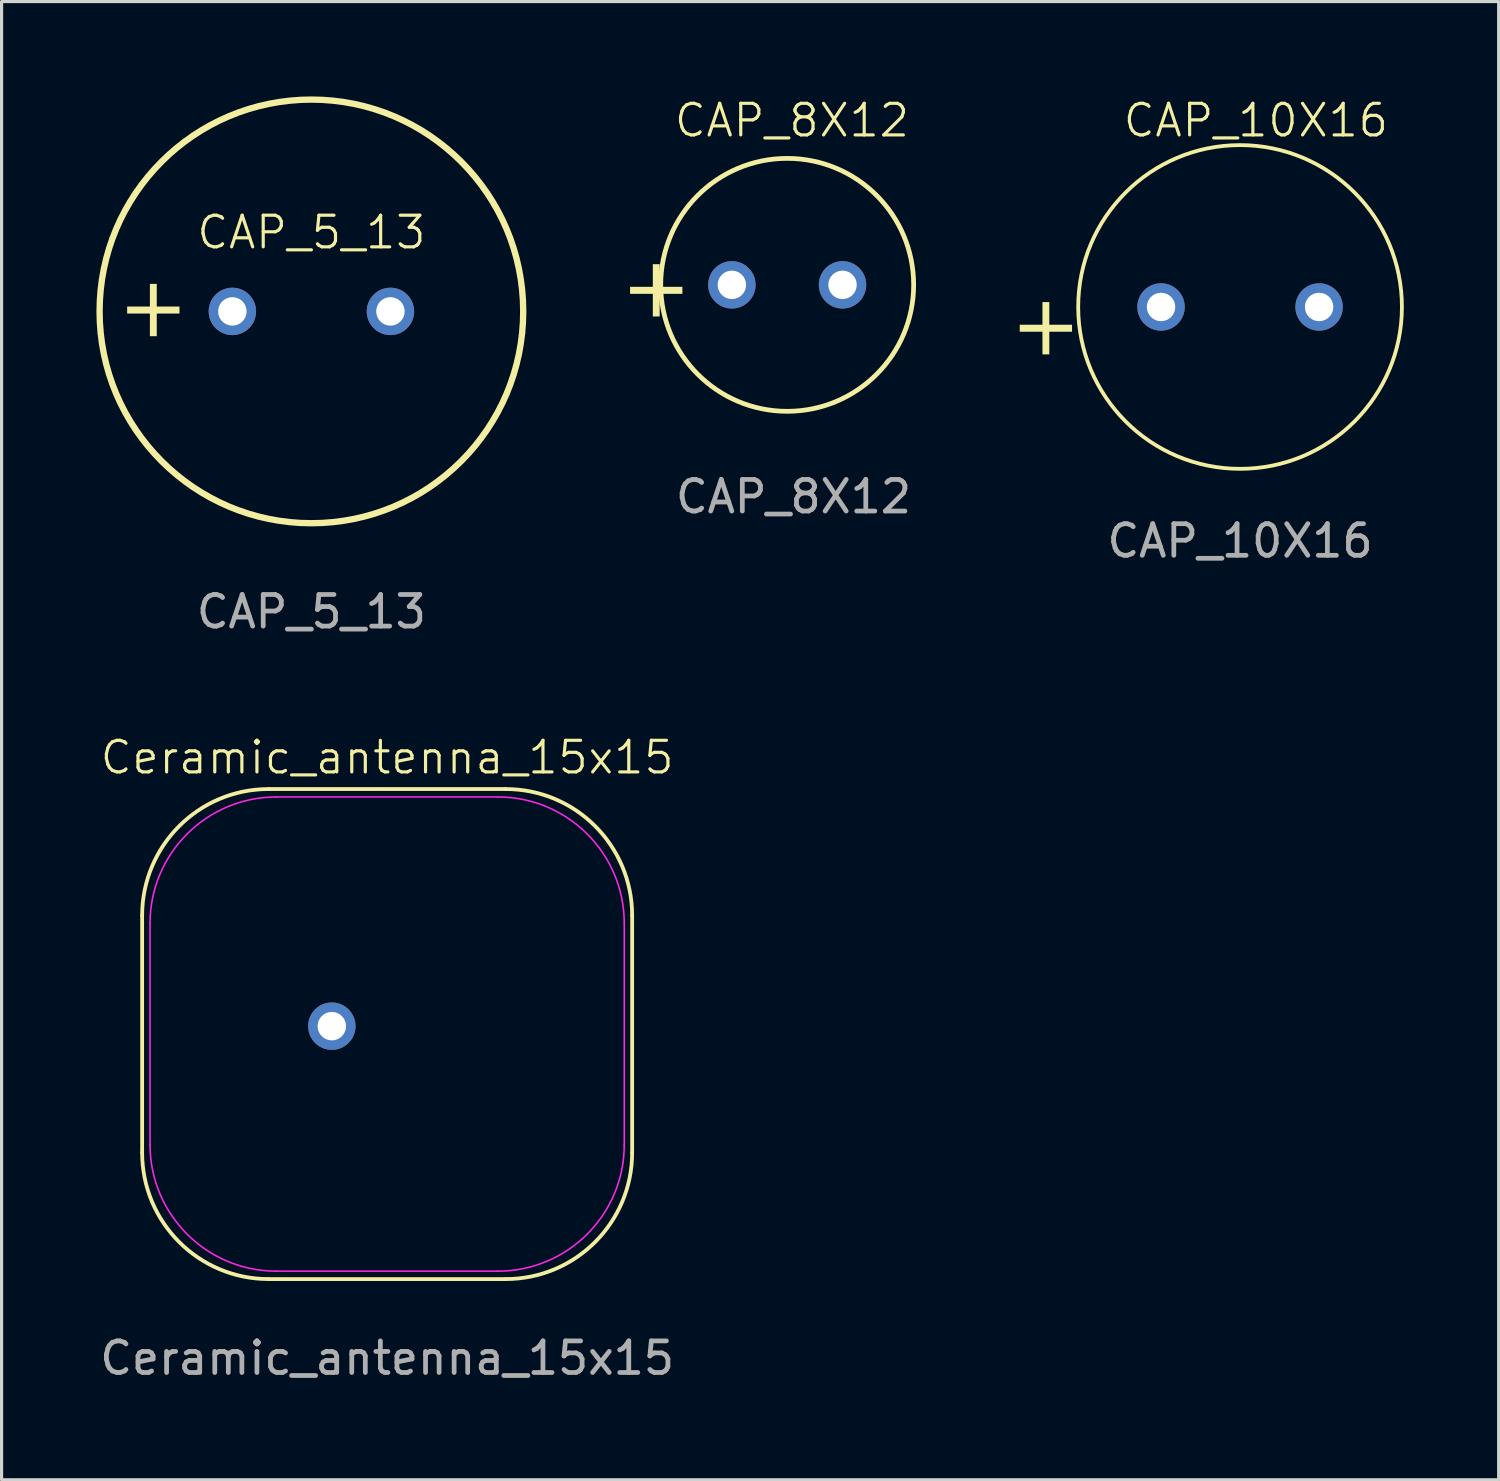
<source format=kicad_pcb>
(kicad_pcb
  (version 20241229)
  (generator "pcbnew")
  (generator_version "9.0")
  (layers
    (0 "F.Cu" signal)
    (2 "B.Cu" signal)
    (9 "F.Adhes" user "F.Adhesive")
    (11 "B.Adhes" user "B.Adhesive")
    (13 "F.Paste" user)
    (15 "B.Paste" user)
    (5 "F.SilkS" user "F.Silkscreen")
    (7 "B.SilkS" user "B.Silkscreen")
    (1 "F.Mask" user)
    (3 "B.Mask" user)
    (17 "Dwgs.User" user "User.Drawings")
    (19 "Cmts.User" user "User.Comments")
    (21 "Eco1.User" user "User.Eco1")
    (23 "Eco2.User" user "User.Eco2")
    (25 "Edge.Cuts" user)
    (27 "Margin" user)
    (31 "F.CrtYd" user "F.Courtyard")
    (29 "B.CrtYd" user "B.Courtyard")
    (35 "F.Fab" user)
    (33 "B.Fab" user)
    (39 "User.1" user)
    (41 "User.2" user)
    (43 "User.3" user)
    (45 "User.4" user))
  (footprint "Ceramic_antenna_15x15"
    (layer "F.Cu")
    (at 7.446 29.409)
    (property "Reference" "Ceramic_antenna_15x15" (at 1.75 -8.5 0) (unlocked yes) (layer "F.SilkS") (effects (font (size 1 1) (thickness 0.1))))
    (fp_line (start -6 4) (end -6 -3.5) (stroke (width 0.12) (type default)) (layer "F.SilkS"))
    (fp_line (start -2 -7.5) (end 5.5 -7.5) (stroke (width 0.12) (type default)) (layer "F.SilkS"))
    (fp_line (start 5.5 8) (end -2 8) (stroke (width 0.12) (type default)) (layer "F.SilkS"))
    (fp_line (start 9.5 -3.5) (end 9.5 4) (stroke (width 0.12) (type default)) (layer "F.SilkS"))
    (fp_arc (start -6 -3.5) (mid -4.828427 -6.328427) (end -2 -7.5) (stroke (width 0.12) (type default)) (layer "F.SilkS"))
    (fp_arc (start -2 8) (mid -4.828427 6.828427) (end -6 4) (stroke (width 0.12) (type default)) (layer "F.SilkS"))
    (fp_arc (start 5.5 -7.5) (mid 8.328427 -6.328427) (end 9.5 -3.5) (stroke (width 0.12) (type default)) (layer "F.SilkS"))
    (fp_arc (start 9.5 4) (mid 8.328427 6.828427) (end 5.5 8) (stroke (width 0.12) (type default)) (layer "F.SilkS"))
    (fp_line (start -5.75 3.75) (end -5.75 -3.25) (stroke (width 0.05) (type default)) (layer "F.CrtYd"))
    (fp_line (start -1.75 -7.25) (end 5.25 -7.25) (stroke (width 0.05) (type default)) (layer "F.CrtYd"))
    (fp_line (start 5.25 7.75) (end -1.75 7.75) (stroke (width 0.05) (type default)) (layer "F.CrtYd"))
    (fp_line (start 9.25 -3.25) (end 9.25 3.75) (stroke (width 0.05) (type default)) (layer "F.CrtYd"))
    (fp_arc (start -5.75 -3.25) (mid -4.578427 -6.078427) (end -1.75 -7.25) (stroke (width 0.05) (type default)) (layer "F.CrtYd"))
    (fp_arc (start -1.75 7.75) (mid -4.578427 6.578427) (end -5.75 3.75) (stroke (width 0.05) (type default)) (layer "F.CrtYd"))
    (fp_arc (start 5.25 -7.25) (mid 8.078427 -6.078427) (end 9.25 -3.25) (stroke (width 0.05) (type default)) (layer "F.CrtYd"))
    (fp_arc (start 9.25 3.75) (mid 8.078427 6.578427) (end 5.25 7.75) (stroke (width 0.05) (type default)) (layer "F.CrtYd"))
    (fp_text user "${REFERENCE}" (at 1.75 10.5 0) (unlocked yes) (layer "F.Fab") (effects (font (size 1 1) (thickness 0.15))))
    (pad "1" thru_hole circle (at 0 0) (size 1.5 1.5) (drill 0.9) (layers "*.Cu" "*.Mask") (padstack (mode front_inner_back) (layer "Inner" (shape circle) (size 0 0)) (layer "B.Cu" (shape circle) (size 1.5 1.5)))))
  (footprint "CAP_10X16"
    (layer "F.Cu")
    (at 33.675 6.66)
    (property "Reference" "CAP_10X16" (at 3 -5.9 0) (unlocked yes) (layer "F.SilkS") (effects (font (size 1 1) (thickness 0.1))))
    (fp_circle (center 2.5 0) (end 7.62 0) (stroke (width 0.12) (type solid)) (fill no) (layer "F.SilkS"))
    (fp_circle (center 2.5 0) (end 2.5 -5) (stroke (width 0.01) (type solid)) (fill no) (layer "User.1"))
    (fp_text user "+" (at -4.75 1.821 0) (unlocked yes) (layer "F.SilkS") (effects (font (face "Arial") (size 1.89 1.89) (thickness 0.25)) (justify left bottom)))
    (fp_text user "${REFERENCE}" (at 2.5 7.4 0) (unlocked yes) (layer "F.Fab") (effects (font (size 1 1) (thickness 0.15))))
    (pad "1" thru_hole circle (at 0 0) (size 1.5 1.5) (drill 0.9) (layers "*.Cu" "*.Mask"))
    (pad "2" thru_hole circle (at 5 0) (size 1.5 1.5) (drill 0.9) (layers "*.Cu" "*.Mask")))
  (footprint "CAP_5_13"
    (layer "F.Cu")
    (at 4.3 6.8)
    (property "Reference" "CAP_5_13" (at 2.5 -2.5 0) (unlocked yes) (layer "F.SilkS") (effects (font (size 1 1) (thickness 0.1))))
    (fp_circle (center 2.5 0) (end 9.2 0) (stroke (width 0.2) (type solid)) (fill no) (layer "F.SilkS"))
    (fp_text user "+" (at -2.5 0 0) (unlocked yes) (layer "F.SilkS") (effects (font (face "Arial") (size 1.89 1.89) (thickness 0.25))))
    (fp_text user "${REFERENCE}" (at 2.5 9.5 0) (unlocked yes) (layer "F.Fab") (effects (font (size 1 1) (thickness 0.15))))
    (pad "1" thru_hole circle (at 0 0) (size 1.5 1.5) (drill 0.9) (layers "*.Cu" "*.Mask"))
    (pad "2" thru_hole circle (at 5 0) (size 1.5 1.5) (drill 0.9) (layers "*.Cu" "*.Mask")))
  (footprint "CAP_8X12"
    (layer "F.Cu")
    (at 20.1 5.96)
    (property "Reference" "CAP_8X12" (at 1.9 -5.2 0) (unlocked yes) (layer "F.SilkS") (effects (font (size 1 1) (thickness 0.1))))
    (fp_circle (center 1.75 0.00031) (end 1.75 -4) (stroke (width 0.15) (type solid)) (fill no) (layer "F.SilkS"))
    (fp_circle (center 1.75 0.00031) (end 1.75 -4) (stroke (width 0.01) (type solid)) (fill no) (layer "User.1"))
    (fp_text user "+" (at -3.5 1.322 0) (unlocked yes) (layer "F.SilkS") (effects (font (face "Arial") (size 1.89 1.89) (thickness 0.25)) (justify left bottom)))
    (fp_text user "${REFERENCE}" (at 1.95 6.7 0) (unlocked yes) (layer "F.Fab") (effects (font (size 1 1) (thickness 0.15))))
    (pad "1" thru_hole circle (at 0 0.00031) (size 1.5 1.5) (drill 0.9) (layers "*.Cu" "*.Mask") (padstack (mode front_inner_back) (layer "Inner" (shape circle) (size 1.5 1.5)) (layer "B.Cu" (shape circle) (size 1.5 1.5))))
    (pad "2" thru_hole circle (at 3.5 0.00031) (size 1.5 1.5) (drill 0.9) (layers "*.Cu" "*.Mask") (padstack (mode front_inner_back) (layer "Inner" (shape circle) (size 1.5 1.5)) (layer "B.Cu" (shape circle) (size 1.5 1.5)))))
  (gr_rect
    (start -3 -3)
    (end 44.355 43.757)
    (stroke (width 0.1) (type default))
    (fill no)
    (layer "Edge.Cuts")))
</source>
